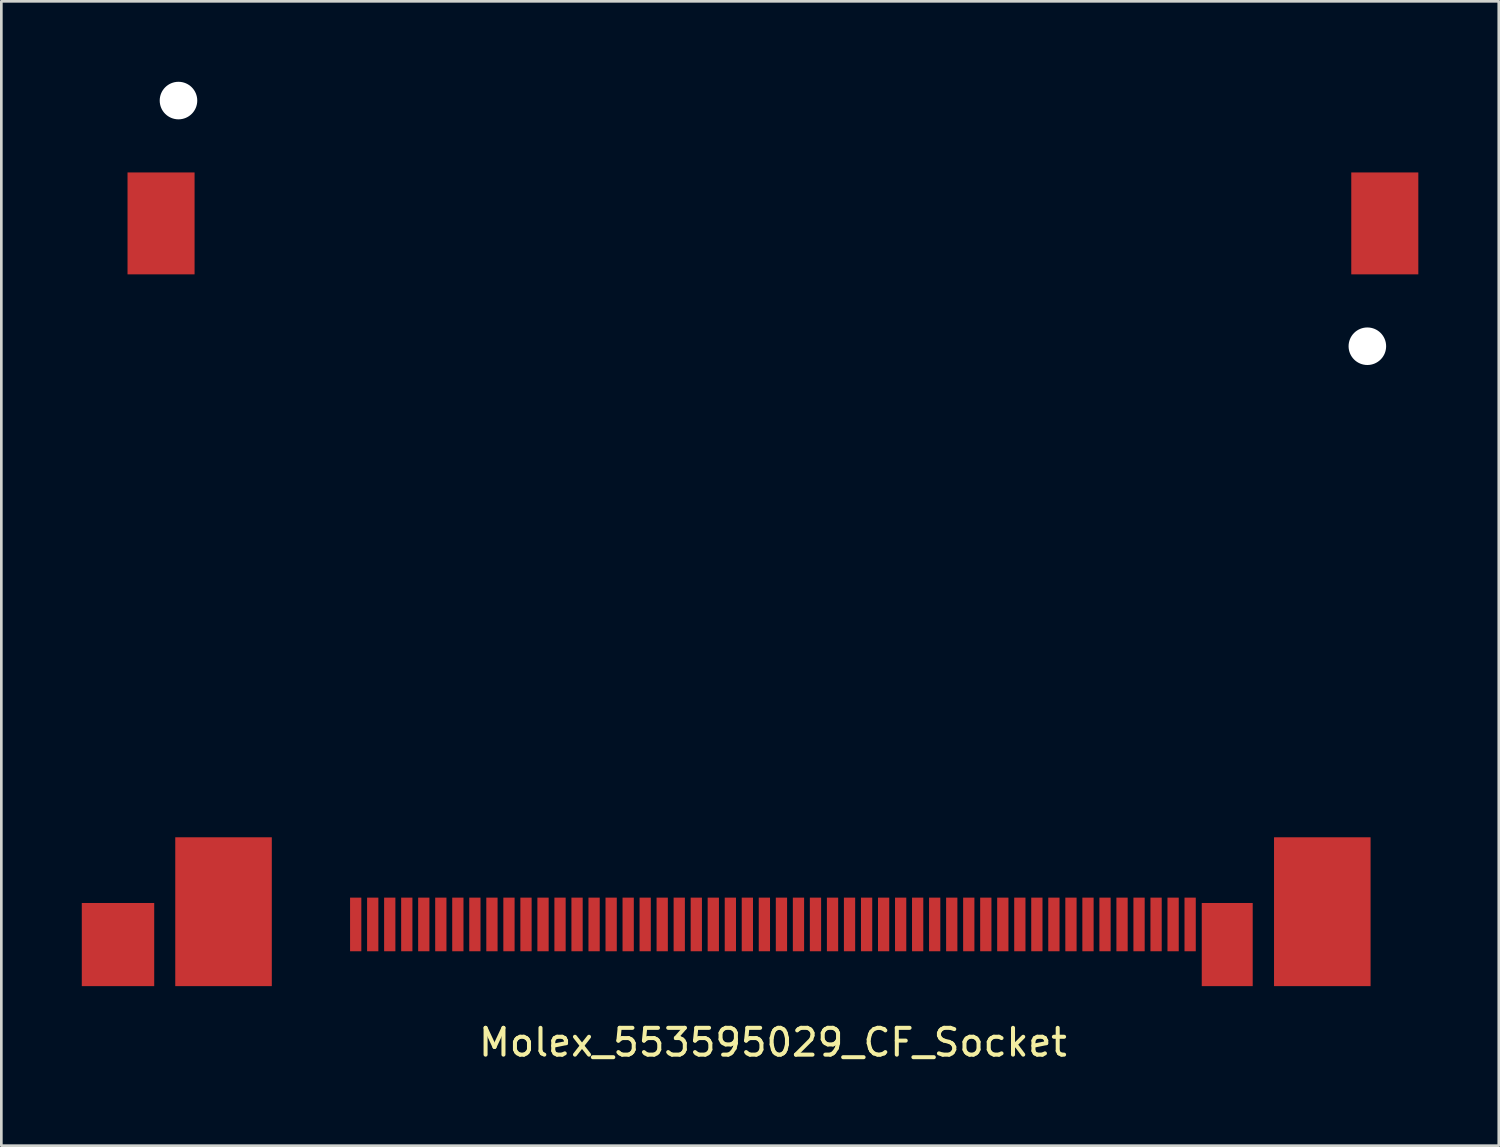
<source format=kicad_pcb>
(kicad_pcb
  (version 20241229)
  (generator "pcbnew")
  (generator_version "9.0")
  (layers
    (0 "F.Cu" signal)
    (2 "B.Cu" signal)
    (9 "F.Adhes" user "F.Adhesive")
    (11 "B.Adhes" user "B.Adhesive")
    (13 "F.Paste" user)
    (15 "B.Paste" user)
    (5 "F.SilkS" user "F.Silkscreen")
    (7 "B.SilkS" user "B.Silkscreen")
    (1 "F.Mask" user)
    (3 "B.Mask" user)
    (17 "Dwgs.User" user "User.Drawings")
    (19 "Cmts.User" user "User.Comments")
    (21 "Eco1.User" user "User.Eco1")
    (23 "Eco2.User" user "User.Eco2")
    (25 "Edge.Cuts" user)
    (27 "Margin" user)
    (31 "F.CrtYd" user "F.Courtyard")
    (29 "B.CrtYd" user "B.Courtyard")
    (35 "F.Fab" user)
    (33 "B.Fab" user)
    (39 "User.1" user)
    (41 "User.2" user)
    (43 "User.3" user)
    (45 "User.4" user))
  (footprint "Molex_553595029_CF_Socket"
    (layer "F.Cu")
    (at 25.77 28.82)
    (property "Reference" "Molex_553595029_CF_Socket" (at 0 7 0) (layer "F.SilkS") (effects (font (size 1 1) (thickness 0.15))))
    (attr through_hole)
    (pad "" smd rect (at -24.42 3.35) (size 2.7 3.1) (layers "F.Cu" "F.Mask" "F.Paste"))
    (pad "" smd rect (at -22.815 -23.54) (size 2.5 3.8) (layers "F.Cu" "F.Mask" "F.Paste"))
    (pad "" np_thru_hole circle (at -22.165 -28.12) (size 1.4 1.4) (drill 1.4) (layers "*.Cu" "*.Mask"))
    (pad "" smd rect (at -20.485 2.125) (size 3.6 5.55) (layers "F.Cu" "F.Mask" "F.Paste"))
    (pad "" smd rect (at 16.94 3.35) (size 1.9 3.1) (layers "F.Cu" "F.Mask" "F.Paste"))
    (pad "" smd rect (at 20.485 2.125) (size 3.6 5.55) (layers "F.Cu" "F.Mask" "F.Paste"))
    (pad "" np_thru_hole circle (at 22.165 -18.96) (size 1.4 1.4) (drill 1.4) (layers "*.Cu" "*.Mask"))
    (pad "" smd rect (at 22.815 -23.54) (size 2.5 3.8) (layers "F.Cu" "F.Mask" "F.Paste"))
    (pad "1" smd rect (at -15.557 2.6) (size 0.42 2) (layers "F.Cu" "F.Mask" "F.Paste"))
    (pad "2" smd rect (at -14.287 2.6) (size 0.42 2) (layers "F.Cu" "F.Mask" "F.Paste"))
    (pad "3" smd rect (at -13.018 2.6) (size 0.42 2) (layers "F.Cu" "F.Mask" "F.Paste"))
    (pad "4" smd rect (at -11.748 2.6) (size 0.42 2) (layers "F.Cu" "F.Mask" "F.Paste"))
    (pad "5" smd rect (at -10.477 2.6) (size 0.42 2) (layers "F.Cu" "F.Mask" "F.Paste"))
    (pad "6" smd rect (at -9.207 2.6) (size 0.42 2) (layers "F.Cu" "F.Mask" "F.Paste"))
    (pad "7" smd rect (at -7.938 2.6) (size 0.42 2) (layers "F.Cu" "F.Mask" "F.Paste"))
    (pad "8" smd rect (at -6.668 2.6) (size 0.42 2) (layers "F.Cu" "F.Mask" "F.Paste"))
    (pad "9" smd rect (at -5.397 2.6) (size 0.42 2) (layers "F.Cu" "F.Mask" "F.Paste"))
    (pad "10" smd rect (at -4.128 2.6) (size 0.42 2) (layers "F.Cu" "F.Mask" "F.Paste"))
    (pad "11" smd rect (at -2.857 2.6) (size 0.42 2) (layers "F.Cu" "F.Mask" "F.Paste"))
    (pad "12" smd rect (at -1.587 2.6) (size 0.42 2) (layers "F.Cu" "F.Mask" "F.Paste"))
    (pad "13" smd rect (at -0.318 2.6) (size 0.42 2) (layers "F.Cu" "F.Mask" "F.Paste"))
    (pad "14" smd rect (at 0.953 2.6) (size 0.42 2) (layers "F.Cu" "F.Mask" "F.Paste"))
    (pad "15" smd rect (at 2.223 2.6) (size 0.42 2) (layers "F.Cu" "F.Mask" "F.Paste"))
    (pad "16" smd rect (at 3.493 2.6) (size 0.42 2) (layers "F.Cu" "F.Mask" "F.Paste"))
    (pad "17" smd rect (at 4.763 2.6) (size 0.42 2) (layers "F.Cu" "F.Mask" "F.Paste"))
    (pad "18" smd rect (at 6.032 2.6) (size 0.42 2) (layers "F.Cu" "F.Mask" "F.Paste"))
    (pad "19" smd rect (at 7.303 2.6) (size 0.42 2) (layers "F.Cu" "F.Mask" "F.Paste"))
    (pad "20" smd rect (at 8.572 2.6) (size 0.42 2) (layers "F.Cu" "F.Mask" "F.Paste"))
    (pad "21" smd rect (at 9.842 2.6) (size 0.42 2) (layers "F.Cu" "F.Mask" "F.Paste"))
    (pad "22" smd rect (at 11.113 2.6) (size 0.42 2) (layers "F.Cu" "F.Mask" "F.Paste"))
    (pad "23" smd rect (at 12.383 2.6) (size 0.42 2) (layers "F.Cu" "F.Mask" "F.Paste"))
    (pad "24" smd rect (at 13.652 2.6) (size 0.42 2) (layers "F.Cu" "F.Mask" "F.Paste"))
    (pad "25" smd rect (at 14.922 2.6) (size 0.42 2) (layers "F.Cu" "F.Mask" "F.Paste"))
    (pad "26" smd rect (at -14.922 2.6) (size 0.42 2) (layers "F.Cu" "F.Mask" "F.Paste"))
    (pad "27" smd rect (at -13.652 2.6) (size 0.42 2) (layers "F.Cu" "F.Mask" "F.Paste"))
    (pad "28" smd rect (at -12.383 2.6) (size 0.42 2) (layers "F.Cu" "F.Mask" "F.Paste"))
    (pad "29" smd rect (at -11.113 2.6) (size 0.42 2) (layers "F.Cu" "F.Mask" "F.Paste"))
    (pad "30" smd rect (at -9.842 2.6) (size 0.42 2) (layers "F.Cu" "F.Mask" "F.Paste"))
    (pad "31" smd rect (at -8.572 2.6) (size 0.42 2) (layers "F.Cu" "F.Mask" "F.Paste"))
    (pad "32" smd rect (at -7.303 2.6) (size 0.42 2) (layers "F.Cu" "F.Mask" "F.Paste"))
    (pad "33" smd rect (at -6.032 2.6) (size 0.42 2) (layers "F.Cu" "F.Mask" "F.Paste"))
    (pad "34" smd rect (at -4.763 2.6) (size 0.42 2) (layers "F.Cu" "F.Mask" "F.Paste"))
    (pad "35" smd rect (at -3.493 2.6) (size 0.42 2) (layers "F.Cu" "F.Mask" "F.Paste"))
    (pad "36" smd rect (at -2.223 2.6) (size 0.42 2) (layers "F.Cu" "F.Mask" "F.Paste"))
    (pad "37" smd rect (at -0.953 2.6) (size 0.42 2) (layers "F.Cu" "F.Mask" "F.Paste"))
    (pad "38" smd rect (at 0.318 2.6) (size 0.42 2) (layers "F.Cu" "F.Mask" "F.Paste"))
    (pad "39" smd rect (at 1.587 2.6) (size 0.42 2) (layers "F.Cu" "F.Mask" "F.Paste"))
    (pad "40" smd rect (at 2.857 2.6) (size 0.42 2) (layers "F.Cu" "F.Mask" "F.Paste"))
    (pad "41" smd rect (at 4.128 2.6) (size 0.42 2) (layers "F.Cu" "F.Mask" "F.Paste"))
    (pad "42" smd rect (at 5.397 2.6) (size 0.42 2) (layers "F.Cu" "F.Mask" "F.Paste"))
    (pad "43" smd rect (at 6.668 2.6) (size 0.42 2) (layers "F.Cu" "F.Mask" "F.Paste"))
    (pad "44" smd rect (at 7.938 2.6) (size 0.42 2) (layers "F.Cu" "F.Mask" "F.Paste"))
    (pad "45" smd rect (at 9.207 2.6) (size 0.42 2) (layers "F.Cu" "F.Mask" "F.Paste"))
    (pad "46" smd rect (at 10.477 2.6) (size 0.42 2) (layers "F.Cu" "F.Mask" "F.Paste"))
    (pad "47" smd rect (at 11.748 2.6) (size 0.42 2) (layers "F.Cu" "F.Mask" "F.Paste"))
    (pad "48" smd rect (at 13.018 2.6) (size 0.42 2) (layers "F.Cu" "F.Mask" "F.Paste"))
    (pad "49" smd rect (at 14.287 2.6) (size 0.42 2) (layers "F.Cu" "F.Mask" "F.Paste"))
    (pad "50" smd rect (at 15.557 2.6) (size 0.42 2) (layers "F.Cu" "F.Mask" "F.Paste")))
  (gr_rect
    (start -3 -3)
    (end 52.835 39.668)
    (stroke (width 0.1) (type default))
    (fill no)
    (layer "Edge.Cuts")))
</source>
